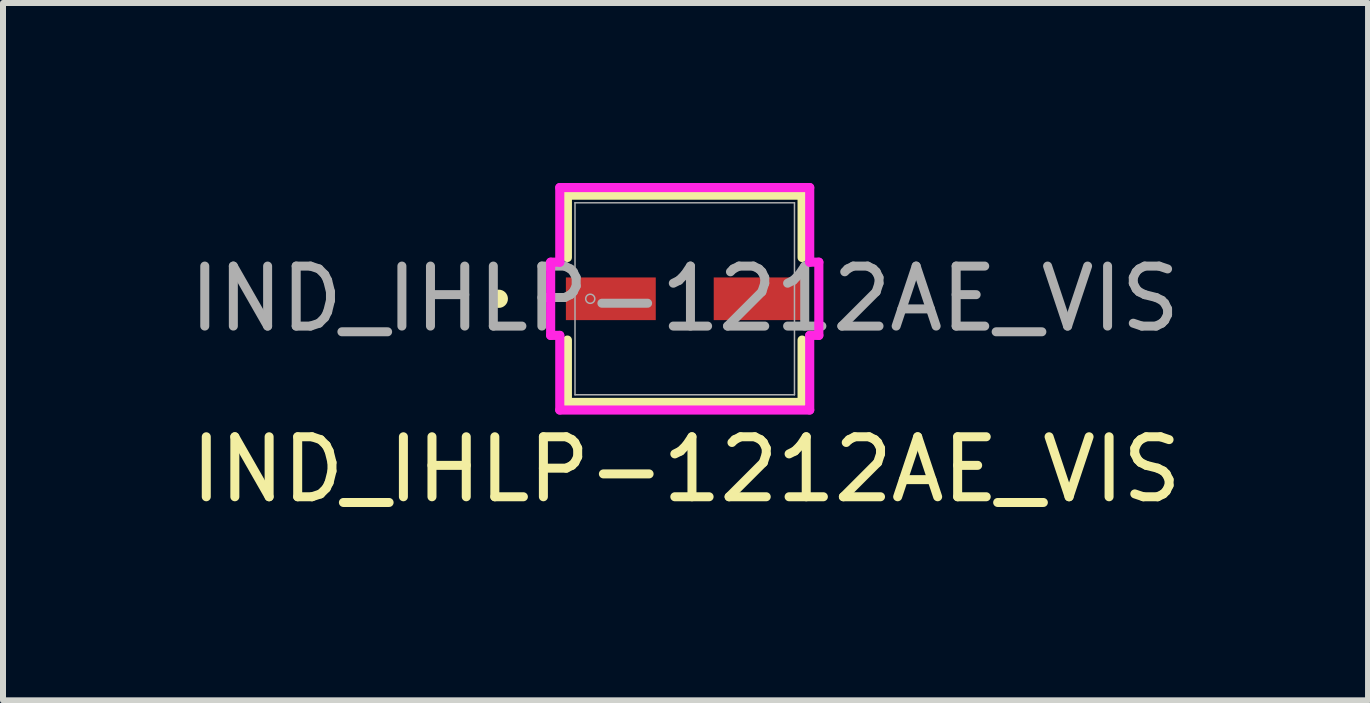
<source format=kicad_pcb>
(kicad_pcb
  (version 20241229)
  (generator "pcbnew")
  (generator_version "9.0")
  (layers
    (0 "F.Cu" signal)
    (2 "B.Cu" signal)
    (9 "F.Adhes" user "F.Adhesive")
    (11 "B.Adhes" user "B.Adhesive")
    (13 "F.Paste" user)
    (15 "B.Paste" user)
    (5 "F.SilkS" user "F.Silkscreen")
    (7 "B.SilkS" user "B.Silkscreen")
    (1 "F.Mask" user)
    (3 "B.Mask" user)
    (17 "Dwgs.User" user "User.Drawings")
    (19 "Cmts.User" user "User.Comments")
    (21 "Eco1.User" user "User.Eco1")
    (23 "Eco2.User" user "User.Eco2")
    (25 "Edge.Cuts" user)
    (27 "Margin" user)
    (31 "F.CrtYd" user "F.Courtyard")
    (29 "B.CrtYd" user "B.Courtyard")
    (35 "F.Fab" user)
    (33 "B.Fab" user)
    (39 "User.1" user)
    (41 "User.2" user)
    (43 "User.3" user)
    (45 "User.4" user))
  (footprint "IND_IHLP-1212AE_VIS"
    (layer "F.Cu")
    (at 8.363 1.93)
    (property "Reference" "IND_IHLP-1212AE_VIS" (at 0.025 2.845 0) (unlocked yes) (layer "F.SilkS") (effects (font (size 1 1) (thickness 0.15))))
    (attr smd)
    (fp_line (start -1.956 -1.727) (end -1.956 -0.688) (stroke (width 0.152) (type solid)) (layer "F.SilkS"))
    (fp_line (start -1.956 0.688) (end -1.956 1.727) (stroke (width 0.152) (type solid)) (layer "F.SilkS"))
    (fp_line (start -1.956 1.727) (end 1.956 1.727) (stroke (width 0.152) (type solid)) (layer "F.SilkS"))
    (fp_line (start 1.956 -1.727) (end -1.956 -1.727) (stroke (width 0.152) (type solid)) (layer "F.SilkS"))
    (fp_line (start 1.956 -0.688) (end 1.956 -1.727) (stroke (width 0.152) (type solid)) (layer "F.SilkS"))
    (fp_line (start 1.956 1.727) (end 1.956 0.688) (stroke (width 0.152) (type solid)) (layer "F.SilkS"))
    (fp_circle (center -3.099 0) (end -3.023 0) (stroke (width 0.152) (type solid)) (fill no) (layer "F.SilkS"))
    (fp_line (start -2.235 -0.61) (end -2.083 -0.61) (stroke (width 0.152) (type solid)) (layer "F.CrtYd"))
    (fp_line (start -2.235 0.61) (end -2.235 -0.61) (stroke (width 0.152) (type solid)) (layer "F.CrtYd"))
    (fp_line (start -2.083 -1.854) (end 2.083 -1.854) (stroke (width 0.152) (type solid)) (layer "F.CrtYd"))
    (fp_line (start -2.083 -0.61) (end -2.083 -1.854) (stroke (width 0.152) (type solid)) (layer "F.CrtYd"))
    (fp_line (start -2.083 0.61) (end -2.235 0.61) (stroke (width 0.152) (type solid)) (layer "F.CrtYd"))
    (fp_line (start -2.083 1.854) (end -2.083 0.61) (stroke (width 0.152) (type solid)) (layer "F.CrtYd"))
    (fp_line (start 2.083 -1.854) (end 2.083 -0.61) (stroke (width 0.152) (type solid)) (layer "F.CrtYd"))
    (fp_line (start 2.083 -0.61) (end 2.235 -0.61) (stroke (width 0.152) (type solid)) (layer "F.CrtYd"))
    (fp_line (start 2.083 0.61) (end 2.083 1.854) (stroke (width 0.152) (type solid)) (layer "F.CrtYd"))
    (fp_line (start 2.083 1.854) (end -2.083 1.854) (stroke (width 0.152) (type solid)) (layer "F.CrtYd"))
    (fp_line (start 2.235 -0.61) (end 2.235 0.61) (stroke (width 0.152) (type solid)) (layer "F.CrtYd"))
    (fp_line (start 2.235 0.61) (end 2.083 0.61) (stroke (width 0.152) (type solid)) (layer "F.CrtYd"))
    (fp_line (start -1.829 -1.6) (end -1.829 1.6) (stroke (width 0.025) (type solid)) (layer "F.Fab"))
    (fp_line (start -1.829 1.6) (end 1.829 1.6) (stroke (width 0.025) (type solid)) (layer "F.Fab"))
    (fp_line (start 1.829 -1.6) (end -1.829 -1.6) (stroke (width 0.025) (type solid)) (layer "F.Fab"))
    (fp_line (start 1.829 1.6) (end 1.829 -1.6) (stroke (width 0.025) (type solid)) (layer "F.Fab"))
    (fp_circle (center -1.575 0) (end -1.499 0) (stroke (width 0.025) (type solid)) (fill no) (layer "F.Fab"))
    (fp_text user "${REFERENCE}" (at 0 0 0) (unlocked yes) (layer "F.Fab") (effects (font (size 1 1) (thickness 0.15))))
    (pad "1" smd rect (at -1.232 0 90) (size 0.711 1.498) (layers "F.Cu" "F.Mask" "F.Paste"))
    (pad "2" smd rect (at 1.232 0 90) (size 0.711 1.498) (layers "F.Cu" "F.Mask" "F.Paste"))
    (zone (net_name "") (layer "F.Cu") (hatch full 0.508) (connect_pads) (min_thickness 0.254) (filled_areas_thickness no) (keepout (tracks not_allowed) (vias not_allowed) (pads allowed) (copperpour not_allowed) (footprints allowed)) (placement (enabled no)) (fill) (polygon (pts (xy 6.585 0.381) (xy 10.141 0.381) (xy 10.141 1.524) (xy 6.585 1.524))))
    (zone (net_name "") (layer "F.Cu") (hatch full 0.508) (connect_pads) (min_thickness 0.254) (filled_areas_thickness no) (keepout (tracks not_allowed) (vias not_allowed) (pads allowed) (copperpour not_allowed) (footprints allowed)) (placement (enabled no)) (fill) (polygon (pts (xy 6.585 2.337) (xy 10.141 2.337) (xy 10.141 3.48) (xy 6.585 3.48))))
    (zone (net_name "") (layer "F.Cu") (hatch full 0.508) (connect_pads) (min_thickness 0.254) (filled_areas_thickness no) (keepout (tracks not_allowed) (vias not_allowed) (pads allowed) (copperpour not_allowed) (footprints allowed)) (placement (enabled no)) (fill) (polygon (pts (xy 7.93 1.524) (xy 8.796 1.524) (xy 8.796 2.337) (xy 7.93 2.337)))))
  (gr_rect
    (start -3 -3)
    (end 19.752 8.623)
    (stroke (width 0.1) (type default))
    (fill no)
    (layer "Edge.Cuts")))
</source>
